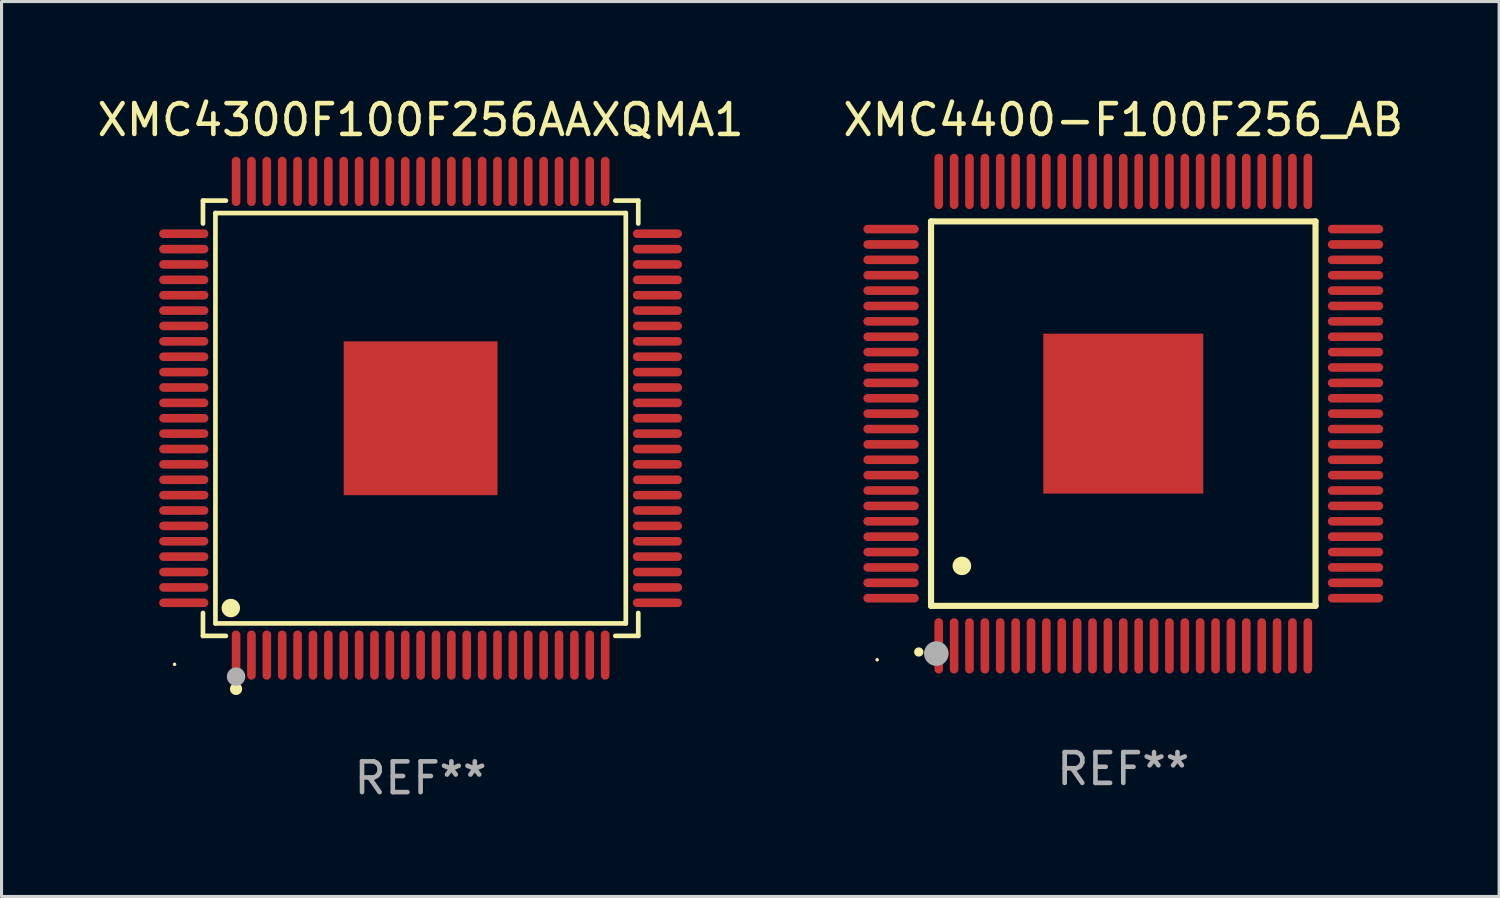
<source format=kicad_pcb>
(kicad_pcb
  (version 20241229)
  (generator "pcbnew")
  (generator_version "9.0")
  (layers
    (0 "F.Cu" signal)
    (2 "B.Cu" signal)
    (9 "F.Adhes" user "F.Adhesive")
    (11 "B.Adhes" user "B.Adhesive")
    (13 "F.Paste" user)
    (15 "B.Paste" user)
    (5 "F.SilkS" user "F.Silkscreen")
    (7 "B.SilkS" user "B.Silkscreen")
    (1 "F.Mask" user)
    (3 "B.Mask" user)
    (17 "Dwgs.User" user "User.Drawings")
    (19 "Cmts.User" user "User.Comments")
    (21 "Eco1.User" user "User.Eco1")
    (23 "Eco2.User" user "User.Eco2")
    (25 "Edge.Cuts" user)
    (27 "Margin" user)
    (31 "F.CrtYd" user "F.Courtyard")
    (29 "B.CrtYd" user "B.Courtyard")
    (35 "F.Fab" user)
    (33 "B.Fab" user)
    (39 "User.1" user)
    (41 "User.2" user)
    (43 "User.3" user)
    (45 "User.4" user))
  (footprint "XMC4400-F100F256_AB"
    (layer "F.Cu")
    (at 33.47 10.398)
    (property "Reference" "XMC4400-F100F256_AB" (at 0 -9.55 0) (layer "F.SilkS") (effects (font (size 1 1) (thickness 0.15))))
    (attr through_hole)
    (fp_line (start -6.25 -6.25) (end -6.25 6.25) (stroke (width 0.2) (type solid)) (layer "F.SilkS"))
    (fp_line (start -6.25 6.25) (end 6.25 6.25) (stroke (width 0.2) (type solid)) (layer "F.SilkS"))
    (fp_line (start 6.25 -6.25) (end -6.25 -6.25) (stroke (width 0.2) (type solid)) (layer "F.SilkS"))
    (fp_line (start 6.25 6.25) (end 6.25 -6.25) (stroke (width 0.2) (type solid)) (layer "F.SilkS"))
    (fp_arc (start -6.649733 7.749555) (mid -6.648463 7.74955) (end -6.647193 7.749555) (stroke (width 0.3) (type solid)) (layer "F.SilkS"))
    (fp_arc (start -5.250191 4.95047) (mid -5.247651 4.950459) (end -5.245111 4.95047) (stroke (width 0.6) (type solid)) (layer "F.SilkS"))
    (fp_circle (center -8.002 8.002) (end -7.972 8.002) (stroke (width 0.06) (type solid)) (fill no) (layer "F.SilkS"))
    (fp_circle (center -6.078 7.801) (end -5.878 7.801) (stroke (width 0.4) (type solid)) (fill no) (layer "F.Fab"))
    (fp_text user "REF**" (at 0 11.55 0) (layer "F.Fab") (effects (font (size 1 1) (thickness 0.15))))
    (pad "1" smd oval (at -6 7.55 180) (size 0.28 1.8) (layers "F.Cu" "F.Mask" "F.Paste"))
    (pad "2" smd oval (at -5.5 7.55 180) (size 0.28 1.8) (layers "F.Cu" "F.Mask" "F.Paste"))
    (pad "3" smd oval (at -5 7.55 180) (size 0.28 1.8) (layers "F.Cu" "F.Mask" "F.Paste"))
    (pad "4" smd oval (at -4.5 7.55 180) (size 0.28 1.8) (layers "F.Cu" "F.Mask" "F.Paste"))
    (pad "5" smd oval (at -4 7.55 180) (size 0.28 1.8) (layers "F.Cu" "F.Mask" "F.Paste"))
    (pad "6" smd oval (at -3.5 7.55 180) (size 0.28 1.8) (layers "F.Cu" "F.Mask" "F.Paste"))
    (pad "7" smd oval (at -3 7.55 180) (size 0.28 1.8) (layers "F.Cu" "F.Mask" "F.Paste"))
    (pad "8" smd oval (at -2.5 7.55 180) (size 0.28 1.8) (layers "F.Cu" "F.Mask" "F.Paste"))
    (pad "9" smd oval (at -2 7.55 180) (size 0.28 1.8) (layers "F.Cu" "F.Mask" "F.Paste"))
    (pad "10" smd oval (at -1.5 7.55 180) (size 0.28 1.8) (layers "F.Cu" "F.Mask" "F.Paste"))
    (pad "11" smd oval (at -1 7.55 180) (size 0.28 1.8) (layers "F.Cu" "F.Mask" "F.Paste"))
    (pad "12" smd oval (at -0.5 7.55 180) (size 0.28 1.8) (layers "F.Cu" "F.Mask" "F.Paste"))
    (pad "13" smd oval (at 0 7.55 180) (size 0.28 1.8) (layers "F.Cu" "F.Mask" "F.Paste"))
    (pad "14" smd oval (at 0.5 7.55 180) (size 0.28 1.8) (layers "F.Cu" "F.Mask" "F.Paste"))
    (pad "15" smd oval (at 1 7.55 180) (size 0.28 1.8) (layers "F.Cu" "F.Mask" "F.Paste"))
    (pad "16" smd oval (at 1.5 7.55 180) (size 0.28 1.8) (layers "F.Cu" "F.Mask" "F.Paste"))
    (pad "17" smd oval (at 2 7.55 180) (size 0.28 1.8) (layers "F.Cu" "F.Mask" "F.Paste"))
    (pad "18" smd oval (at 2.5 7.55 180) (size 0.28 1.8) (layers "F.Cu" "F.Mask" "F.Paste"))
    (pad "19" smd oval (at 3 7.55 180) (size 0.28 1.8) (layers "F.Cu" "F.Mask" "F.Paste"))
    (pad "20" smd oval (at 3.5 7.55 180) (size 0.28 1.8) (layers "F.Cu" "F.Mask" "F.Paste"))
    (pad "21" smd oval (at 4 7.55 180) (size 0.28 1.8) (layers "F.Cu" "F.Mask" "F.Paste"))
    (pad "22" smd oval (at 4.5 7.55 180) (size 0.28 1.8) (layers "F.Cu" "F.Mask" "F.Paste"))
    (pad "23" smd oval (at 5 7.55 180) (size 0.28 1.8) (layers "F.Cu" "F.Mask" "F.Paste"))
    (pad "24" smd oval (at 5.5 7.55 180) (size 0.28 1.8) (layers "F.Cu" "F.Mask" "F.Paste"))
    (pad "25" smd oval (at 6 7.55 180) (size 0.28 1.8) (layers "F.Cu" "F.Mask" "F.Paste"))
    (pad "26" smd oval (at 7.55 6 90) (size 0.28 1.8) (layers "F.Cu" "F.Mask" "F.Paste"))
    (pad "27" smd oval (at 7.55 5.5 90) (size 0.28 1.8) (layers "F.Cu" "F.Mask" "F.Paste"))
    (pad "28" smd oval (at 7.55 5 90) (size 0.28 1.8) (layers "F.Cu" "F.Mask" "F.Paste"))
    (pad "29" smd oval (at 7.55 4.5 90) (size 0.28 1.8) (layers "F.Cu" "F.Mask" "F.Paste"))
    (pad "30" smd oval (at 7.55 4 90) (size 0.28 1.8) (layers "F.Cu" "F.Mask" "F.Paste"))
    (pad "31" smd oval (at 7.55 3.5 90) (size 0.28 1.8) (layers "F.Cu" "F.Mask" "F.Paste"))
    (pad "32" smd oval (at 7.55 3 90) (size 0.28 1.8) (layers "F.Cu" "F.Mask" "F.Paste"))
    (pad "33" smd oval (at 7.55 2.5 90) (size 0.28 1.8) (layers "F.Cu" "F.Mask" "F.Paste"))
    (pad "34" smd oval (at 7.55 2 90) (size 0.28 1.8) (layers "F.Cu" "F.Mask" "F.Paste"))
    (pad "35" smd oval (at 7.55 1.5 90) (size 0.28 1.8) (layers "F.Cu" "F.Mask" "F.Paste"))
    (pad "36" smd oval (at 7.55 1 90) (size 0.28 1.8) (layers "F.Cu" "F.Mask" "F.Paste"))
    (pad "37" smd oval (at 7.55 0.5 90) (size 0.28 1.8) (layers "F.Cu" "F.Mask" "F.Paste"))
    (pad "38" smd oval (at 7.55 0 90) (size 0.28 1.8) (layers "F.Cu" "F.Mask" "F.Paste"))
    (pad "39" smd oval (at 7.55 -0.5 90) (size 0.28 1.8) (layers "F.Cu" "F.Mask" "F.Paste"))
    (pad "40" smd oval (at 7.55 -1 90) (size 0.28 1.8) (layers "F.Cu" "F.Mask" "F.Paste"))
    (pad "41" smd oval (at 7.55 -1.5 90) (size 0.28 1.8) (layers "F.Cu" "F.Mask" "F.Paste"))
    (pad "42" smd oval (at 7.55 -2 90) (size 0.28 1.8) (layers "F.Cu" "F.Mask" "F.Paste"))
    (pad "43" smd oval (at 7.55 -2.5 90) (size 0.28 1.8) (layers "F.Cu" "F.Mask" "F.Paste"))
    (pad "44" smd oval (at 7.55 -3 90) (size 0.28 1.8) (layers "F.Cu" "F.Mask" "F.Paste"))
    (pad "45" smd oval (at 7.55 -3.5 90) (size 0.28 1.8) (layers "F.Cu" "F.Mask" "F.Paste"))
    (pad "46" smd oval (at 7.55 -4 90) (size 0.28 1.8) (layers "F.Cu" "F.Mask" "F.Paste"))
    (pad "47" smd oval (at 7.55 -4.5 90) (size 0.28 1.8) (layers "F.Cu" "F.Mask" "F.Paste"))
    (pad "48" smd oval (at 7.55 -5 90) (size 0.28 1.8) (layers "F.Cu" "F.Mask" "F.Paste"))
    (pad "49" smd oval (at 7.55 -5.5 90) (size 0.28 1.8) (layers "F.Cu" "F.Mask" "F.Paste"))
    (pad "50" smd oval (at 7.55 -6 90) (size 0.28 1.8) (layers "F.Cu" "F.Mask" "F.Paste"))
    (pad "51" smd oval (at 6 -7.55 180) (size 0.28 1.8) (layers "F.Cu" "F.Mask" "F.Paste"))
    (pad "52" smd oval (at 5.5 -7.55 180) (size 0.28 1.8) (layers "F.Cu" "F.Mask" "F.Paste"))
    (pad "53" smd oval (at 5 -7.55 180) (size 0.28 1.8) (layers "F.Cu" "F.Mask" "F.Paste"))
    (pad "54" smd oval (at 4.5 -7.55 180) (size 0.28 1.8) (layers "F.Cu" "F.Mask" "F.Paste"))
    (pad "55" smd oval (at 4 -7.55 180) (size 0.28 1.8) (layers "F.Cu" "F.Mask" "F.Paste"))
    (pad "56" smd oval (at 3.5 -7.55 180) (size 0.28 1.8) (layers "F.Cu" "F.Mask" "F.Paste"))
    (pad "57" smd oval (at 3 -7.55 180) (size 0.28 1.8) (layers "F.Cu" "F.Mask" "F.Paste"))
    (pad "58" smd oval (at 2.5 -7.55 180) (size 0.28 1.8) (layers "F.Cu" "F.Mask" "F.Paste"))
    (pad "59" smd oval (at 2 -7.55 180) (size 0.28 1.8) (layers "F.Cu" "F.Mask" "F.Paste"))
    (pad "60" smd oval (at 1.5 -7.55 180) (size 0.28 1.8) (layers "F.Cu" "F.Mask" "F.Paste"))
    (pad "61" smd oval (at 1 -7.55 180) (size 0.28 1.8) (layers "F.Cu" "F.Mask" "F.Paste"))
    (pad "62" smd oval (at 0.5 -7.55 180) (size 0.28 1.8) (layers "F.Cu" "F.Mask" "F.Paste"))
    (pad "63" smd oval (at 0 -7.55 180) (size 0.28 1.8) (layers "F.Cu" "F.Mask" "F.Paste"))
    (pad "64" smd oval (at -0.5 -7.55 180) (size 0.28 1.8) (layers "F.Cu" "F.Mask" "F.Paste"))
    (pad "65" smd oval (at -1 -7.55 180) (size 0.28 1.8) (layers "F.Cu" "F.Mask" "F.Paste"))
    (pad "66" smd oval (at -1.5 -7.55 180) (size 0.28 1.8) (layers "F.Cu" "F.Mask" "F.Paste"))
    (pad "67" smd oval (at -2 -7.55 180) (size 0.28 1.8) (layers "F.Cu" "F.Mask" "F.Paste"))
    (pad "68" smd oval (at -2.5 -7.55 180) (size 0.28 1.8) (layers "F.Cu" "F.Mask" "F.Paste"))
    (pad "69" smd oval (at -3 -7.55 180) (size 0.28 1.8) (layers "F.Cu" "F.Mask" "F.Paste"))
    (pad "70" smd oval (at -3.5 -7.55 180) (size 0.28 1.8) (layers "F.Cu" "F.Mask" "F.Paste"))
    (pad "71" smd oval (at -4 -7.55 180) (size 0.28 1.8) (layers "F.Cu" "F.Mask" "F.Paste"))
    (pad "72" smd oval (at -4.5 -7.55 180) (size 0.28 1.8) (layers "F.Cu" "F.Mask" "F.Paste"))
    (pad "73" smd oval (at -5 -7.55 180) (size 0.28 1.8) (layers "F.Cu" "F.Mask" "F.Paste"))
    (pad "74" smd oval (at -5.5 -7.55 180) (size 0.28 1.8) (layers "F.Cu" "F.Mask" "F.Paste"))
    (pad "75" smd oval (at -6 -7.55 180) (size 0.28 1.8) (layers "F.Cu" "F.Mask" "F.Paste"))
    (pad "76" smd oval (at -7.55 -6 90) (size 0.28 1.8) (layers "F.Cu" "F.Mask" "F.Paste"))
    (pad "77" smd oval (at -7.55 -5.5 90) (size 0.28 1.8) (layers "F.Cu" "F.Mask" "F.Paste"))
    (pad "78" smd oval (at -7.55 -5 90) (size 0.28 1.8) (layers "F.Cu" "F.Mask" "F.Paste"))
    (pad "79" smd oval (at -7.55 -4.5 90) (size 0.28 1.8) (layers "F.Cu" "F.Mask" "F.Paste"))
    (pad "80" smd oval (at -7.55 -4 90) (size 0.28 1.8) (layers "F.Cu" "F.Mask" "F.Paste"))
    (pad "81" smd oval (at -7.55 -3.5 90) (size 0.28 1.8) (layers "F.Cu" "F.Mask" "F.Paste"))
    (pad "82" smd oval (at -7.55 -3 90) (size 0.28 1.8) (layers "F.Cu" "F.Mask" "F.Paste"))
    (pad "83" smd oval (at -7.55 -2.5 90) (size 0.28 1.8) (layers "F.Cu" "F.Mask" "F.Paste"))
    (pad "84" smd oval (at -7.55 -2 90) (size 0.28 1.8) (layers "F.Cu" "F.Mask" "F.Paste"))
    (pad "85" smd oval (at -7.55 -1.5 90) (size 0.28 1.8) (layers "F.Cu" "F.Mask" "F.Paste"))
    (pad "86" smd oval (at -7.55 -1 90) (size 0.28 1.8) (layers "F.Cu" "F.Mask" "F.Paste"))
    (pad "87" smd oval (at -7.55 -0.5 90) (size 0.28 1.8) (layers "F.Cu" "F.Mask" "F.Paste"))
    (pad "88" smd oval (at -7.55 0 90) (size 0.28 1.8) (layers "F.Cu" "F.Mask" "F.Paste"))
    (pad "89" smd oval (at -7.55 0.5 90) (size 0.28 1.8) (layers "F.Cu" "F.Mask" "F.Paste"))
    (pad "90" smd oval (at -7.55 1 90) (size 0.28 1.8) (layers "F.Cu" "F.Mask" "F.Paste"))
    (pad "91" smd oval (at -7.55 1.5 90) (size 0.28 1.8) (layers "F.Cu" "F.Mask" "F.Paste"))
    (pad "92" smd oval (at -7.55 2 90) (size 0.28 1.8) (layers "F.Cu" "F.Mask" "F.Paste"))
    (pad "93" smd oval (at -7.55 2.5 90) (size 0.28 1.8) (layers "F.Cu" "F.Mask" "F.Paste"))
    (pad "94" smd oval (at -7.55 3 90) (size 0.28 1.8) (layers "F.Cu" "F.Mask" "F.Paste"))
    (pad "95" smd oval (at -7.55 3.5 90) (size 0.28 1.8) (layers "F.Cu" "F.Mask" "F.Paste"))
    (pad "96" smd oval (at -7.55 4 90) (size 0.28 1.8) (layers "F.Cu" "F.Mask" "F.Paste"))
    (pad "97" smd oval (at -7.55 4.5 90) (size 0.28 1.8) (layers "F.Cu" "F.Mask" "F.Paste"))
    (pad "98" smd oval (at -7.55 5 90) (size 0.28 1.8) (layers "F.Cu" "F.Mask" "F.Paste"))
    (pad "99" smd oval (at -7.55 5.5 90) (size 0.28 1.8) (layers "F.Cu" "F.Mask" "F.Paste"))
    (pad "100" smd oval (at -7.55 6 90) (size 0.28 1.8) (layers "F.Cu" "F.Mask" "F.Paste"))
    (pad "101" smd rect (at 0 0) (size 5.2 5.2) (layers "F.Cu" "F.Mask" "F.Paste")))
  (footprint "XMC4300F100F256AAXQMA1"
    (layer "F.Cu")
    (at 10.625 10.548)
    (property "Reference" "XMC4300F100F256AAXQMA1" (at 0 -9.7 0) (layer "F.SilkS") (effects (font (size 1 1) (thickness 0.15))))
    (attr through_hole)
    (fp_line (start -7.076 -7.076) (end -6.331 -7.076) (stroke (width 0.152) (type solid)) (layer "F.SilkS"))
    (fp_line (start -7.076 -6.331) (end -7.076 -7.076) (stroke (width 0.152) (type solid)) (layer "F.SilkS"))
    (fp_line (start -7.076 6.331) (end -7.076 7.076) (stroke (width 0.152) (type solid)) (layer "F.SilkS"))
    (fp_line (start -7.076 7.076) (end -6.331 7.076) (stroke (width 0.152) (type solid)) (layer "F.SilkS"))
    (fp_line (start -6.671 -6.671) (end 6.671 -6.671) (stroke (width 0.152) (type solid)) (layer "F.SilkS"))
    (fp_line (start -6.671 6.671) (end -6.671 -6.671) (stroke (width 0.152) (type solid)) (layer "F.SilkS"))
    (fp_line (start 6.671 -6.671) (end 6.671 6.671) (stroke (width 0.152) (type solid)) (layer "F.SilkS"))
    (fp_line (start 6.671 6.671) (end -6.671 6.671) (stroke (width 0.152) (type solid)) (layer "F.SilkS"))
    (fp_line (start 7.076 -7.076) (end 6.331 -7.076) (stroke (width 0.152) (type solid)) (layer "F.SilkS"))
    (fp_line (start 7.076 -6.331) (end 7.076 -7.076) (stroke (width 0.152) (type solid)) (layer "F.SilkS"))
    (fp_line (start 7.076 6.331) (end 7.076 7.076) (stroke (width 0.152) (type solid)) (layer "F.SilkS"))
    (fp_line (start 7.076 7.076) (end 6.331 7.076) (stroke (width 0.152) (type solid)) (layer "F.SilkS"))
    (fp_circle (center -8 8) (end -7.97 8) (stroke (width 0.06) (type solid)) (fill no) (layer "F.SilkS"))
    (fp_circle (center -6.171 6.171) (end -6.021 6.171) (stroke (width 0.3) (type solid)) (fill no) (layer "F.SilkS"))
    (fp_circle (center -6 8.8) (end -5.9 8.8) (stroke (width 0.2) (type solid)) (fill no) (layer "F.SilkS"))
    (fp_circle (center -6 8.4) (end -5.85 8.4) (stroke (width 0.3) (type solid)) (fill no) (layer "F.Fab"))
    (fp_text user "REF**" (at 0 11.7 0) (layer "F.Fab") (effects (font (size 1 1) (thickness 0.15))))
    (pad "1" smd oval (at -6 7.7) (size 0.28 1.6) (layers "F.Cu" "F.Mask" "F.Paste"))
    (pad "2" smd oval (at -5.5 7.7) (size 0.28 1.6) (layers "F.Cu" "F.Mask" "F.Paste"))
    (pad "3" smd oval (at -5 7.7) (size 0.28 1.6) (layers "F.Cu" "F.Mask" "F.Paste"))
    (pad "4" smd oval (at -4.5 7.7) (size 0.28 1.6) (layers "F.Cu" "F.Mask" "F.Paste"))
    (pad "5" smd oval (at -4 7.7) (size 0.28 1.6) (layers "F.Cu" "F.Mask" "F.Paste"))
    (pad "6" smd oval (at -3.5 7.7) (size 0.28 1.6) (layers "F.Cu" "F.Mask" "F.Paste"))
    (pad "7" smd oval (at -3 7.7) (size 0.28 1.6) (layers "F.Cu" "F.Mask" "F.Paste"))
    (pad "8" smd oval (at -2.5 7.7) (size 0.28 1.6) (layers "F.Cu" "F.Mask" "F.Paste"))
    (pad "9" smd oval (at -2 7.7) (size 0.28 1.6) (layers "F.Cu" "F.Mask" "F.Paste"))
    (pad "10" smd oval (at -1.5 7.7) (size 0.28 1.6) (layers "F.Cu" "F.Mask" "F.Paste"))
    (pad "11" smd oval (at -1 7.7) (size 0.28 1.6) (layers "F.Cu" "F.Mask" "F.Paste"))
    (pad "12" smd oval (at -0.5 7.7) (size 0.28 1.6) (layers "F.Cu" "F.Mask" "F.Paste"))
    (pad "13" smd oval (at 0 7.7) (size 0.28 1.6) (layers "F.Cu" "F.Mask" "F.Paste"))
    (pad "14" smd oval (at 0.5 7.7) (size 0.28 1.6) (layers "F.Cu" "F.Mask" "F.Paste"))
    (pad "15" smd oval (at 1 7.7) (size 0.28 1.6) (layers "F.Cu" "F.Mask" "F.Paste"))
    (pad "16" smd oval (at 1.5 7.7) (size 0.28 1.6) (layers "F.Cu" "F.Mask" "F.Paste"))
    (pad "17" smd oval (at 2 7.7) (size 0.28 1.6) (layers "F.Cu" "F.Mask" "F.Paste"))
    (pad "18" smd oval (at 2.5 7.7) (size 0.28 1.6) (layers "F.Cu" "F.Mask" "F.Paste"))
    (pad "19" smd oval (at 3 7.7) (size 0.28 1.6) (layers "F.Cu" "F.Mask" "F.Paste"))
    (pad "20" smd oval (at 3.5 7.7) (size 0.28 1.6) (layers "F.Cu" "F.Mask" "F.Paste"))
    (pad "21" smd oval (at 4 7.7) (size 0.28 1.6) (layers "F.Cu" "F.Mask" "F.Paste"))
    (pad "22" smd oval (at 4.5 7.7) (size 0.28 1.6) (layers "F.Cu" "F.Mask" "F.Paste"))
    (pad "23" smd oval (at 5 7.7) (size 0.28 1.6) (layers "F.Cu" "F.Mask" "F.Paste"))
    (pad "24" smd oval (at 5.5 7.7) (size 0.28 1.6) (layers "F.Cu" "F.Mask" "F.Paste"))
    (pad "25" smd oval (at 6 7.7) (size 0.28 1.6) (layers "F.Cu" "F.Mask" "F.Paste"))
    (pad "26" smd oval (at 7.7 6) (size 1.6 0.28) (layers "F.Cu" "F.Mask" "F.Paste"))
    (pad "27" smd oval (at 7.7 5.5) (size 1.6 0.28) (layers "F.Cu" "F.Mask" "F.Paste"))
    (pad "28" smd oval (at 7.7 5) (size 1.6 0.28) (layers "F.Cu" "F.Mask" "F.Paste"))
    (pad "29" smd oval (at 7.7 4.5) (size 1.6 0.28) (layers "F.Cu" "F.Mask" "F.Paste"))
    (pad "30" smd oval (at 7.7 4) (size 1.6 0.28) (layers "F.Cu" "F.Mask" "F.Paste"))
    (pad "31" smd oval (at 7.7 3.5) (size 1.6 0.28) (layers "F.Cu" "F.Mask" "F.Paste"))
    (pad "32" smd oval (at 7.7 3) (size 1.6 0.28) (layers "F.Cu" "F.Mask" "F.Paste"))
    (pad "33" smd oval (at 7.7 2.5) (size 1.6 0.28) (layers "F.Cu" "F.Mask" "F.Paste"))
    (pad "34" smd oval (at 7.7 2) (size 1.6 0.28) (layers "F.Cu" "F.Mask" "F.Paste"))
    (pad "35" smd oval (at 7.7 1.5) (size 1.6 0.28) (layers "F.Cu" "F.Mask" "F.Paste"))
    (pad "36" smd oval (at 7.7 1) (size 1.6 0.28) (layers "F.Cu" "F.Mask" "F.Paste"))
    (pad "37" smd oval (at 7.7 0.5) (size 1.6 0.28) (layers "F.Cu" "F.Mask" "F.Paste"))
    (pad "38" smd oval (at 7.7 0) (size 1.6 0.28) (layers "F.Cu" "F.Mask" "F.Paste"))
    (pad "39" smd oval (at 7.7 -0.5) (size 1.6 0.28) (layers "F.Cu" "F.Mask" "F.Paste"))
    (pad "40" smd oval (at 7.7 -1) (size 1.6 0.28) (layers "F.Cu" "F.Mask" "F.Paste"))
    (pad "41" smd oval (at 7.7 -1.5) (size 1.6 0.28) (layers "F.Cu" "F.Mask" "F.Paste"))
    (pad "42" smd oval (at 7.7 -2) (size 1.6 0.28) (layers "F.Cu" "F.Mask" "F.Paste"))
    (pad "43" smd oval (at 7.7 -2.5) (size 1.6 0.28) (layers "F.Cu" "F.Mask" "F.Paste"))
    (pad "44" smd oval (at 7.7 -3) (size 1.6 0.28) (layers "F.Cu" "F.Mask" "F.Paste"))
    (pad "45" smd oval (at 7.7 -3.5) (size 1.6 0.28) (layers "F.Cu" "F.Mask" "F.Paste"))
    (pad "46" smd oval (at 7.7 -4) (size 1.6 0.28) (layers "F.Cu" "F.Mask" "F.Paste"))
    (pad "47" smd oval (at 7.7 -4.5) (size 1.6 0.28) (layers "F.Cu" "F.Mask" "F.Paste"))
    (pad "48" smd oval (at 7.7 -5) (size 1.6 0.28) (layers "F.Cu" "F.Mask" "F.Paste"))
    (pad "49" smd oval (at 7.7 -5.5) (size 1.6 0.28) (layers "F.Cu" "F.Mask" "F.Paste"))
    (pad "50" smd oval (at 7.7 -6) (size 1.6 0.28) (layers "F.Cu" "F.Mask" "F.Paste"))
    (pad "51" smd oval (at 6 -7.7) (size 0.28 1.6) (layers "F.Cu" "F.Mask" "F.Paste"))
    (pad "52" smd oval (at 5.5 -7.7) (size 0.28 1.6) (layers "F.Cu" "F.Mask" "F.Paste"))
    (pad "53" smd oval (at 5 -7.7) (size 0.28 1.6) (layers "F.Cu" "F.Mask" "F.Paste"))
    (pad "54" smd oval (at 4.5 -7.7) (size 0.28 1.6) (layers "F.Cu" "F.Mask" "F.Paste"))
    (pad "55" smd oval (at 4 -7.7) (size 0.28 1.6) (layers "F.Cu" "F.Mask" "F.Paste"))
    (pad "56" smd oval (at 3.5 -7.7) (size 0.28 1.6) (layers "F.Cu" "F.Mask" "F.Paste"))
    (pad "57" smd oval (at 3 -7.7) (size 0.28 1.6) (layers "F.Cu" "F.Mask" "F.Paste"))
    (pad "58" smd oval (at 2.5 -7.7) (size 0.28 1.6) (layers "F.Cu" "F.Mask" "F.Paste"))
    (pad "59" smd oval (at 2 -7.7) (size 0.28 1.6) (layers "F.Cu" "F.Mask" "F.Paste"))
    (pad "60" smd oval (at 1.5 -7.7) (size 0.28 1.6) (layers "F.Cu" "F.Mask" "F.Paste"))
    (pad "61" smd oval (at 1 -7.7) (size 0.28 1.6) (layers "F.Cu" "F.Mask" "F.Paste"))
    (pad "62" smd oval (at 0.5 -7.7) (size 0.28 1.6) (layers "F.Cu" "F.Mask" "F.Paste"))
    (pad "63" smd oval (at 0 -7.7) (size 0.28 1.6) (layers "F.Cu" "F.Mask" "F.Paste"))
    (pad "64" smd oval (at -0.5 -7.7) (size 0.28 1.6) (layers "F.Cu" "F.Mask" "F.Paste"))
    (pad "65" smd oval (at -1 -7.7) (size 0.28 1.6) (layers "F.Cu" "F.Mask" "F.Paste"))
    (pad "66" smd oval (at -1.5 -7.7) (size 0.28 1.6) (layers "F.Cu" "F.Mask" "F.Paste"))
    (pad "67" smd oval (at -2 -7.7) (size 0.28 1.6) (layers "F.Cu" "F.Mask" "F.Paste"))
    (pad "68" smd oval (at -2.5 -7.7) (size 0.28 1.6) (layers "F.Cu" "F.Mask" "F.Paste"))
    (pad "69" smd oval (at -3 -7.7) (size 0.28 1.6) (layers "F.Cu" "F.Mask" "F.Paste"))
    (pad "70" smd oval (at -3.5 -7.7) (size 0.28 1.6) (layers "F.Cu" "F.Mask" "F.Paste"))
    (pad "71" smd oval (at -4 -7.7) (size 0.28 1.6) (layers "F.Cu" "F.Mask" "F.Paste"))
    (pad "72" smd oval (at -4.5 -7.7) (size 0.28 1.6) (layers "F.Cu" "F.Mask" "F.Paste"))
    (pad "73" smd oval (at -5 -7.7) (size 0.28 1.6) (layers "F.Cu" "F.Mask" "F.Paste"))
    (pad "74" smd oval (at -5.5 -7.7) (size 0.28 1.6) (layers "F.Cu" "F.Mask" "F.Paste"))
    (pad "75" smd oval (at -6 -7.7) (size 0.28 1.6) (layers "F.Cu" "F.Mask" "F.Paste"))
    (pad "76" smd oval (at -7.7 -6) (size 1.6 0.28) (layers "F.Cu" "F.Mask" "F.Paste"))
    (pad "77" smd oval (at -7.7 -5.5) (size 1.6 0.28) (layers "F.Cu" "F.Mask" "F.Paste"))
    (pad "78" smd oval (at -7.7 -5) (size 1.6 0.28) (layers "F.Cu" "F.Mask" "F.Paste"))
    (pad "79" smd oval (at -7.7 -4.5) (size 1.6 0.28) (layers "F.Cu" "F.Mask" "F.Paste"))
    (pad "80" smd oval (at -7.7 -4) (size 1.6 0.28) (layers "F.Cu" "F.Mask" "F.Paste"))
    (pad "81" smd oval (at -7.7 -3.5) (size 1.6 0.28) (layers "F.Cu" "F.Mask" "F.Paste"))
    (pad "82" smd oval (at -7.7 -3) (size 1.6 0.28) (layers "F.Cu" "F.Mask" "F.Paste"))
    (pad "83" smd oval (at -7.7 -2.5) (size 1.6 0.28) (layers "F.Cu" "F.Mask" "F.Paste"))
    (pad "84" smd oval (at -7.7 -2) (size 1.6 0.28) (layers "F.Cu" "F.Mask" "F.Paste"))
    (pad "85" smd oval (at -7.7 -1.5) (size 1.6 0.28) (layers "F.Cu" "F.Mask" "F.Paste"))
    (pad "86" smd oval (at -7.7 -1) (size 1.6 0.28) (layers "F.Cu" "F.Mask" "F.Paste"))
    (pad "87" smd oval (at -7.7 -0.5) (size 1.6 0.28) (layers "F.Cu" "F.Mask" "F.Paste"))
    (pad "88" smd oval (at -7.7 0) (size 1.6 0.28) (layers "F.Cu" "F.Mask" "F.Paste"))
    (pad "89" smd oval (at -7.7 0.5) (size 1.6 0.28) (layers "F.Cu" "F.Mask" "F.Paste"))
    (pad "90" smd oval (at -7.7 1) (size 1.6 0.28) (layers "F.Cu" "F.Mask" "F.Paste"))
    (pad "91" smd oval (at -7.7 1.5) (size 1.6 0.28) (layers "F.Cu" "F.Mask" "F.Paste"))
    (pad "92" smd oval (at -7.7 2) (size 1.6 0.28) (layers "F.Cu" "F.Mask" "F.Paste"))
    (pad "93" smd oval (at -7.7 2.5) (size 1.6 0.28) (layers "F.Cu" "F.Mask" "F.Paste"))
    (pad "94" smd oval (at -7.7 3) (size 1.6 0.28) (layers "F.Cu" "F.Mask" "F.Paste"))
    (pad "95" smd oval (at -7.7 3.5) (size 1.6 0.28) (layers "F.Cu" "F.Mask" "F.Paste"))
    (pad "96" smd oval (at -7.7 4) (size 1.6 0.28) (layers "F.Cu" "F.Mask" "F.Paste"))
    (pad "97" smd oval (at -7.7 4.5) (size 1.6 0.28) (layers "F.Cu" "F.Mask" "F.Paste"))
    (pad "98" smd oval (at -7.7 5) (size 1.6 0.28) (layers "F.Cu" "F.Mask" "F.Paste"))
    (pad "99" smd oval (at -7.7 5.5) (size 1.6 0.28) (layers "F.Cu" "F.Mask" "F.Paste"))
    (pad "100" smd oval (at -7.7 6) (size 1.6 0.28) (layers "F.Cu" "F.Mask" "F.Paste"))
    (pad "101" smd rect (at 0 0) (size 5 5) (layers "F.Cu" "F.Mask" "F.Paste")))
  (gr_rect
    (start -3 -3)
    (end 45.69 26.097)
    (stroke (width 0.1) (type default))
    (fill no)
    (layer "Edge.Cuts")))
</source>
